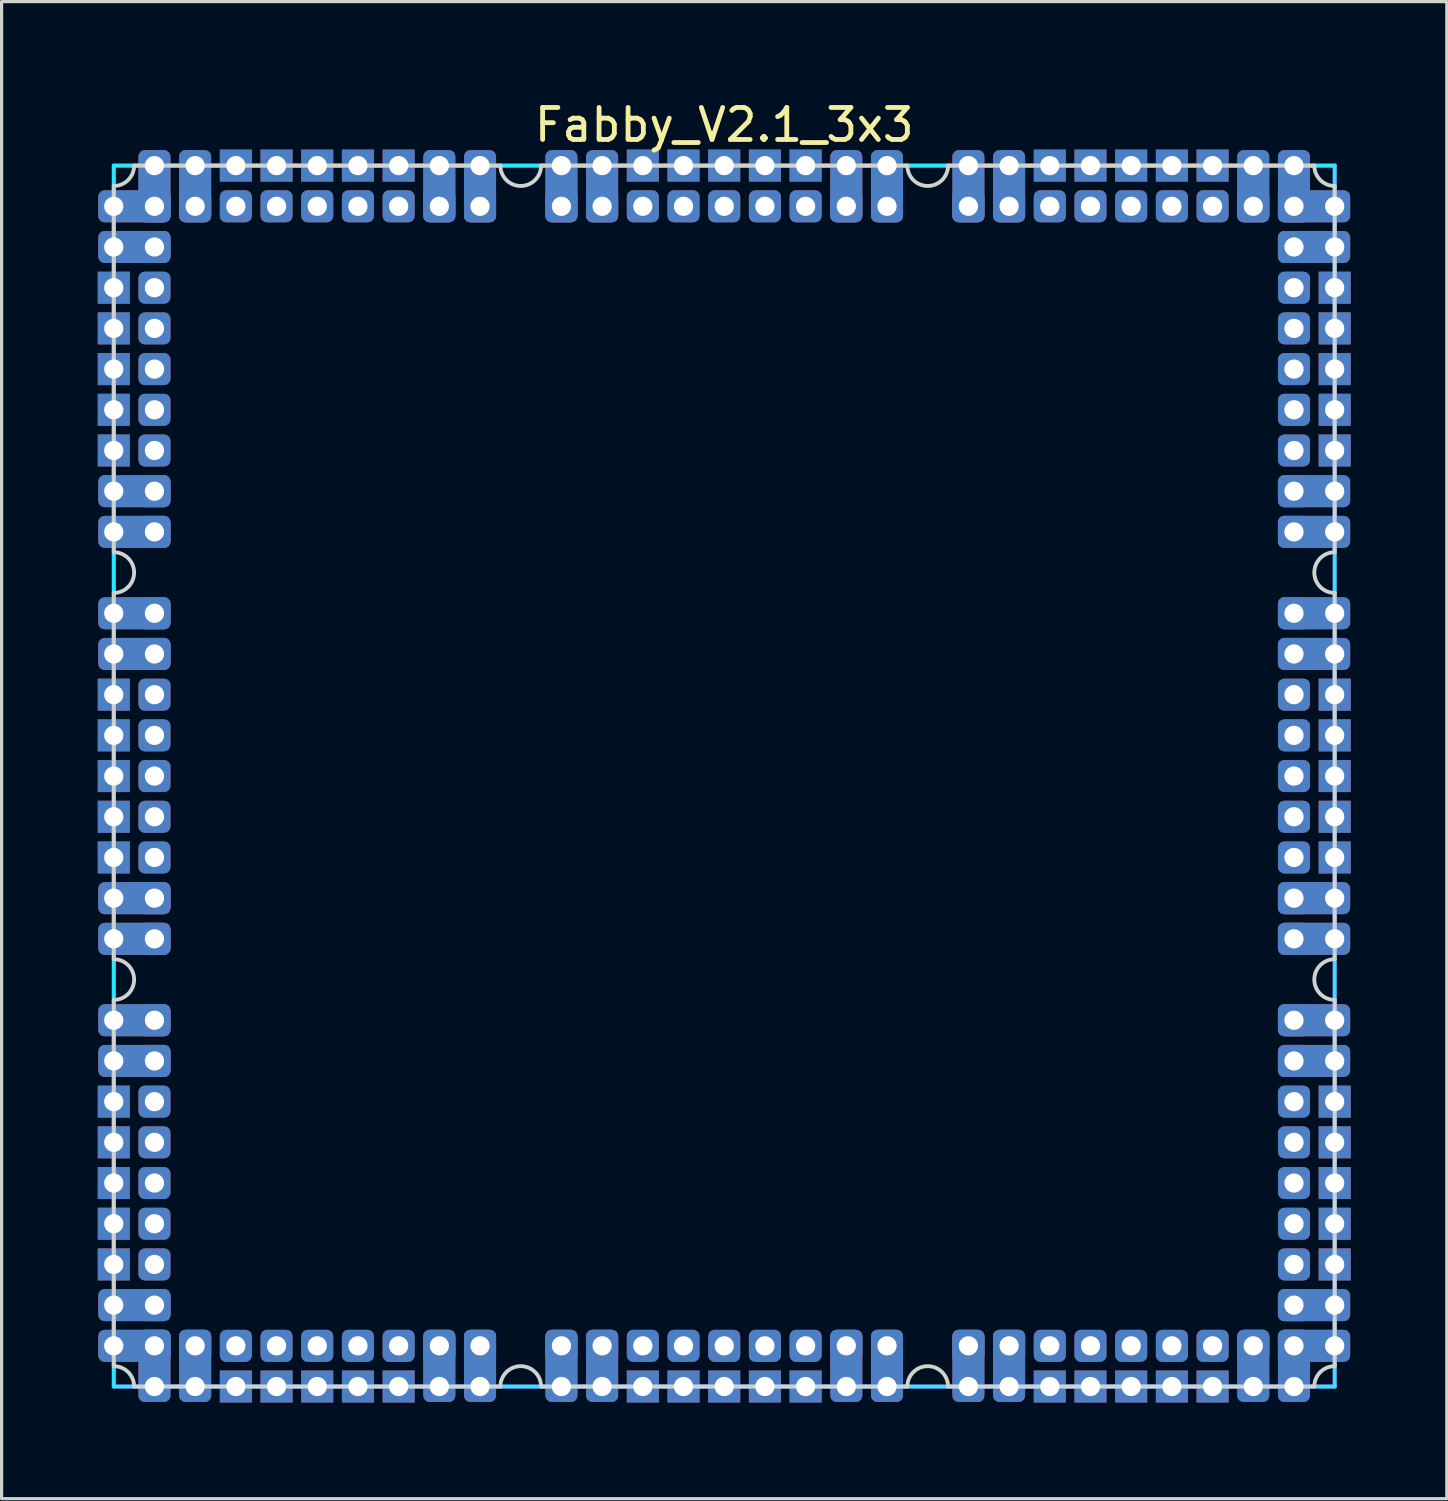
<source format=kicad_pcb>
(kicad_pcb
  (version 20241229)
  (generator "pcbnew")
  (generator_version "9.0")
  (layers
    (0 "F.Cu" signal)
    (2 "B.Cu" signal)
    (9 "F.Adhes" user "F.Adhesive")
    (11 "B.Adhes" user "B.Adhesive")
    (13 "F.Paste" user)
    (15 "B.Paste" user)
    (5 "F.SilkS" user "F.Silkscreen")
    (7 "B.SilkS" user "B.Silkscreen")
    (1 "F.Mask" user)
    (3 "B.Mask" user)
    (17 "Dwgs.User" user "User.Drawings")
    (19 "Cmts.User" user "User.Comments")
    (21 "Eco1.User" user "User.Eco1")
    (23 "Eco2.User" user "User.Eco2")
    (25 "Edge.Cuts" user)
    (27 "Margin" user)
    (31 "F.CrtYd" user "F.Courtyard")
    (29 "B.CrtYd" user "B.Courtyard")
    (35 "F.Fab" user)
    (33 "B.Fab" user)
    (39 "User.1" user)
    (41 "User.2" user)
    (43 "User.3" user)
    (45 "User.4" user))
  (footprint "Fabby_V2.1_3x3"
    (layer "F.Cu")
    (at 19.55 21.168)
    (property "Reference" "Fabby_V2.1_3x3" (at 0 -20.32 0) (layer "F.SilkS") (effects (font (size 1 1) (thickness 0.15))))
    (attr through_hole)
    (fp_line (start -19.05 -18.415) (end -19.05 -6.985) (stroke (width 0.12) (type solid)) (layer "Edge.Cuts"))
    (fp_line (start -19.05 -5.715) (end -19.05 5.715) (stroke (width 0.12) (type solid)) (layer "Edge.Cuts"))
    (fp_line (start -19.05 6.985) (end -19.05 18.415) (stroke (width 0.12) (type solid)) (layer "Edge.Cuts"))
    (fp_line (start -18.415 -19.05) (end -6.985 -19.05) (stroke (width 0.12) (type solid)) (layer "Edge.Cuts"))
    (fp_line (start -6.985 19.05) (end -18.415 19.05) (stroke (width 0.12) (type solid)) (layer "Edge.Cuts"))
    (fp_line (start -5.715 -19.05) (end 5.715 -19.05) (stroke (width 0.12) (type solid)) (layer "Edge.Cuts"))
    (fp_line (start 5.715 19.05) (end -5.715 19.05) (stroke (width 0.12) (type solid)) (layer "Edge.Cuts"))
    (fp_line (start 6.985 -19.05) (end 18.415 -19.05) (stroke (width 0.12) (type solid)) (layer "Edge.Cuts"))
    (fp_line (start 18.415 19.05) (end 6.985 19.05) (stroke (width 0.12) (type solid)) (layer "Edge.Cuts"))
    (fp_line (start 19.05 -18.415) (end 19.05 -6.985) (stroke (width 0.12) (type solid)) (layer "Edge.Cuts"))
    (fp_line (start 19.05 -5.715) (end 19.05 5.715) (stroke (width 0.12) (type solid)) (layer "Edge.Cuts"))
    (fp_line (start 19.05 6.985) (end 19.05 18.415) (stroke (width 0.12) (type solid)) (layer "Edge.Cuts"))
    (fp_arc (start -19.05 -6.985) (mid -18.415 -6.35) (end -19.05 -5.715) (stroke (width 0.12) (type solid)) (layer "Edge.Cuts"))
    (fp_arc (start -19.05 5.715) (mid -18.415 6.35) (end -19.05 6.985) (stroke (width 0.12) (type solid)) (layer "Edge.Cuts"))
    (fp_arc (start -19.05 18.415) (mid -18.600987 18.600987) (end -18.415 19.05) (stroke (width 0.12) (type solid)) (layer "Edge.Cuts"))
    (fp_arc (start -18.415 -19.05) (mid -18.600987 -18.600987) (end -19.05 -18.415) (stroke (width 0.12) (type solid)) (layer "Edge.Cuts"))
    (fp_arc (start -6.985 19.05) (mid -6.35 18.415) (end -5.715 19.05) (stroke (width 0.12) (type solid)) (layer "Edge.Cuts"))
    (fp_arc (start -5.715 -19.05) (mid -6.35 -18.415) (end -6.985 -19.05) (stroke (width 0.12) (type solid)) (layer "Edge.Cuts"))
    (fp_arc (start 5.715 19.05) (mid 6.35 18.415) (end 6.985 19.05) (stroke (width 0.12) (type solid)) (layer "Edge.Cuts"))
    (fp_arc (start 6.985 -19.05) (mid 6.35 -18.415) (end 5.715 -19.05) (stroke (width 0.12) (type solid)) (layer "Edge.Cuts"))
    (fp_arc (start 18.415 19.05) (mid 18.600987 18.600987) (end 19.05 18.415) (stroke (width 0.12) (type solid)) (layer "Edge.Cuts"))
    (fp_arc (start 19.05 -18.415) (mid 18.600987 -18.600987) (end 18.415 -19.05) (stroke (width 0.12) (type solid)) (layer "Edge.Cuts"))
    (fp_arc (start 19.05 -5.715) (mid 18.415 -6.35) (end 19.05 -6.985) (stroke (width 0.12) (type solid)) (layer "Edge.Cuts"))
    (fp_arc (start 19.05 6.985) (mid 18.415 6.35) (end 19.05 5.715) (stroke (width 0.12) (type solid)) (layer "Edge.Cuts"))
    (fp_line (start -19.05 -19.05) (end 19.05 -19.05) (stroke (width 0.12) (type solid)) (layer "B.CrtYd"))
    (fp_line (start -19.05 19.05) (end -19.05 -19.05) (stroke (width 0.12) (type solid)) (layer "B.CrtYd"))
    (fp_line (start 19.05 -19.05) (end 19.05 19.05) (stroke (width 0.12) (type solid)) (layer "B.CrtYd"))
    (fp_line (start 19.05 19.05) (end -19.05 19.05) (stroke (width 0.12) (type solid)) (layer "B.CrtYd"))
    (fp_line (start -19.05 -19.05) (end 19.05 -19.05) (stroke (width 0.12) (type solid)) (layer "F.CrtYd"))
    (fp_line (start -19.05 19.05) (end -19.05 -19.05) (stroke (width 0.12) (type solid)) (layer "F.CrtYd"))
    (fp_line (start 19.05 -19.05) (end 19.05 19.05) (stroke (width 0.12) (type solid)) (layer "F.CrtYd"))
    (fp_line (start 19.05 19.05) (end -19.05 19.05) (stroke (width 0.12) (type solid)) (layer "F.CrtYd"))
    (pad "" thru_hole rect (at -19.05 -15.24 270) (size 1 1) (drill 0.6) (layers "*.Cu" "*.Mask"))
    (pad "" thru_hole rect (at -19.05 -13.97 270) (size 1 1) (drill 0.6) (layers "*.Cu" "*.Mask"))
    (pad "" thru_hole rect (at -19.05 -12.7 270) (size 1 1) (drill 0.6) (layers "*.Cu" "*.Mask"))
    (pad "" thru_hole rect (at -19.05 -11.43 270) (size 1 1) (drill 0.6) (layers "*.Cu" "*.Mask"))
    (pad "" thru_hole rect (at -19.05 -10.16 270) (size 1 1) (drill 0.6) (layers "*.Cu" "*.Mask"))
    (pad "" thru_hole rect (at -19.05 -2.54 270) (size 1 1) (drill 0.6) (layers "*.Cu" "*.Mask"))
    (pad "" thru_hole rect (at -19.05 -1.27 270) (size 1 1) (drill 0.6) (layers "*.Cu" "*.Mask"))
    (pad "" thru_hole rect (at -19.05 0 270) (size 1 1) (drill 0.6) (layers "*.Cu" "*.Mask"))
    (pad "" thru_hole rect (at -19.05 1.27 270) (size 1 1) (drill 0.6) (layers "*.Cu" "*.Mask"))
    (pad "" thru_hole rect (at -19.05 2.54 270) (size 1 1) (drill 0.6) (layers "*.Cu" "*.Mask"))
    (pad "" thru_hole rect (at -19.05 10.16 270) (size 1 1) (drill 0.6) (layers "*.Cu" "*.Mask"))
    (pad "" thru_hole rect (at -19.05 11.43 270) (size 1 1) (drill 0.6) (layers "*.Cu" "*.Mask"))
    (pad "" thru_hole rect (at -19.05 12.7 270) (size 1 1) (drill 0.6) (layers "*.Cu" "*.Mask"))
    (pad "" thru_hole rect (at -19.05 13.97 270) (size 1 1) (drill 0.6) (layers "*.Cu" "*.Mask"))
    (pad "" thru_hole rect (at -19.05 15.24 270) (size 1 1) (drill 0.6) (layers "*.Cu" "*.Mask"))
    (pad "" thru_hole rect (at -15.24 -19.05) (size 1 1) (drill 0.6) (layers "*.Cu" "*.Mask"))
    (pad "" thru_hole rect (at -15.24 19.05) (size 1 1) (drill 0.6) (layers "*.Cu" "*.Mask"))
    (pad "" thru_hole rect (at -13.97 -19.05) (size 1 1) (drill 0.6) (layers "*.Cu" "*.Mask"))
    (pad "" thru_hole rect (at -13.97 19.05) (size 1 1) (drill 0.6) (layers "*.Cu" "*.Mask"))
    (pad "" thru_hole rect (at -12.7 -19.05) (size 1 1) (drill 0.6) (layers "*.Cu" "*.Mask"))
    (pad "" thru_hole rect (at -12.7 19.05) (size 1 1) (drill 0.6) (layers "*.Cu" "*.Mask"))
    (pad "" thru_hole rect (at -11.43 -19.05) (size 1 1) (drill 0.6) (layers "*.Cu" "*.Mask"))
    (pad "" thru_hole rect (at -11.43 19.05) (size 1 1) (drill 0.6) (layers "*.Cu" "*.Mask"))
    (pad "" thru_hole rect (at -10.16 -19.05) (size 1 1) (drill 0.6) (layers "*.Cu" "*.Mask"))
    (pad "" thru_hole rect (at -10.16 19.05) (size 1 1) (drill 0.6) (layers "*.Cu" "*.Mask"))
    (pad "" thru_hole rect (at -2.54 -19.05) (size 1 1) (drill 0.6) (layers "*.Cu" "*.Mask"))
    (pad "" thru_hole rect (at -2.54 19.05) (size 1 1) (drill 0.6) (layers "*.Cu" "*.Mask"))
    (pad "" thru_hole rect (at -1.27 -19.05) (size 1 1) (drill 0.6) (layers "*.Cu" "*.Mask"))
    (pad "" thru_hole rect (at -1.27 19.05) (size 1 1) (drill 0.6) (layers "*.Cu" "*.Mask"))
    (pad "" thru_hole rect (at 0 -19.05) (size 1 1) (drill 0.6) (layers "*.Cu" "*.Mask"))
    (pad "" thru_hole rect (at 0 19.05) (size 1 1) (drill 0.6) (layers "*.Cu" "*.Mask"))
    (pad "" thru_hole rect (at 1.27 -19.05) (size 1 1) (drill 0.6) (layers "*.Cu" "*.Mask"))
    (pad "" thru_hole rect (at 1.27 19.05) (size 1 1) (drill 0.6) (layers "*.Cu" "*.Mask"))
    (pad "" thru_hole rect (at 2.54 -19.05) (size 1 1) (drill 0.6) (layers "*.Cu" "*.Mask"))
    (pad "" thru_hole rect (at 2.54 19.05) (size 1 1) (drill 0.6) (layers "*.Cu" "*.Mask"))
    (pad "" thru_hole rect (at 10.16 -19.05) (size 1 1) (drill 0.6) (layers "*.Cu" "*.Mask"))
    (pad "" thru_hole rect (at 10.16 19.05) (size 1 1) (drill 0.6) (layers "*.Cu" "*.Mask"))
    (pad "" thru_hole rect (at 11.43 -19.05) (size 1 1) (drill 0.6) (layers "*.Cu" "*.Mask"))
    (pad "" thru_hole rect (at 11.43 19.05) (size 1 1) (drill 0.6) (layers "*.Cu" "*.Mask"))
    (pad "" thru_hole rect (at 12.7 -19.05) (size 1 1) (drill 0.6) (layers "*.Cu" "*.Mask"))
    (pad "" thru_hole rect (at 12.7 19.05) (size 1 1) (drill 0.6) (layers "*.Cu" "*.Mask"))
    (pad "" thru_hole rect (at 13.97 -19.05) (size 1 1) (drill 0.6) (layers "*.Cu" "*.Mask"))
    (pad "" thru_hole rect (at 13.97 19.05) (size 1 1) (drill 0.6) (layers "*.Cu" "*.Mask"))
    (pad "" thru_hole rect (at 15.24 -19.05) (size 1 1) (drill 0.6) (layers "*.Cu" "*.Mask"))
    (pad "" thru_hole rect (at 15.24 19.05) (size 1 1) (drill 0.6) (layers "*.Cu" "*.Mask"))
    (pad "" thru_hole rect (at 19.05 -15.24 90) (size 1 1) (drill 0.6) (layers "*.Cu" "*.Mask"))
    (pad "" thru_hole rect (at 19.05 -13.97 90) (size 1 1) (drill 0.6) (layers "*.Cu" "*.Mask"))
    (pad "" thru_hole rect (at 19.05 -12.7 90) (size 1 1) (drill 0.6) (layers "*.Cu" "*.Mask"))
    (pad "" thru_hole rect (at 19.05 -11.43 90) (size 1 1) (drill 0.6) (layers "*.Cu" "*.Mask"))
    (pad "" thru_hole rect (at 19.05 -10.16 90) (size 1 1) (drill 0.6) (layers "*.Cu" "*.Mask"))
    (pad "" thru_hole rect (at 19.05 -2.54 90) (size 1 1) (drill 0.6) (layers "*.Cu" "*.Mask"))
    (pad "" thru_hole rect (at 19.05 -1.27 90) (size 1 1) (drill 0.6) (layers "*.Cu" "*.Mask"))
    (pad "" thru_hole rect (at 19.05 0 90) (size 1 1) (drill 0.6) (layers "*.Cu" "*.Mask"))
    (pad "" thru_hole rect (at 19.05 1.27 90) (size 1 1) (drill 0.6) (layers "*.Cu" "*.Mask"))
    (pad "" thru_hole rect (at 19.05 2.54 90) (size 1 1) (drill 0.6) (layers "*.Cu" "*.Mask"))
    (pad "" thru_hole rect (at 19.05 10.16 90) (size 1 1) (drill 0.6) (layers "*.Cu" "*.Mask"))
    (pad "" thru_hole rect (at 19.05 11.43 90) (size 1 1) (drill 0.6) (layers "*.Cu" "*.Mask"))
    (pad "" thru_hole rect (at 19.05 12.7 90) (size 1 1) (drill 0.6) (layers "*.Cu" "*.Mask"))
    (pad "" thru_hole rect (at 19.05 13.97 90) (size 1 1) (drill 0.6) (layers "*.Cu" "*.Mask"))
    (pad "" thru_hole rect (at 19.05 15.24 90) (size 1 1) (drill 0.6) (layers "*.Cu" "*.Mask"))
    (pad "1" thru_hole roundrect (at -19.05 -17.78 270) (size 1 2.254) (drill 0.6 (offset 0 -0.643)) (layers "*.Cu" "*.Mask") (roundrect_rratio 0.2))
    (pad "1" thru_hole roundrect (at -17.78 -19.05 180) (size 1 2.254) (drill 0.6 (offset 0 -0.643)) (layers "*.Cu" "*.Mask") (roundrect_rratio 0.2))
    (pad "1" thru_hole roundrect (at -17.78 -17.78 180) (size 1 1) (drill 0.6) (layers "*.Cu" "*.Mask") (roundrect_rratio 0.2))
    (pad "2" thru_hole roundrect (at -19.05 -16.51 270) (size 1 2.254) (drill 0.6 (offset 0 -0.643)) (layers "*.Cu" "*.Mask") (roundrect_rratio 0.2))
    (pad "2" thru_hole roundrect (at -17.78 -16.51 270) (size 1 1) (drill 0.6) (layers "*.Cu" "*.Mask") (roundrect_rratio 0.2))
    (pad "3" thru_hole roundrect (at -17.78 -15.24 270) (size 1 1) (drill 0.6) (layers "*.Cu" "*.Mask") (roundrect_rratio 0.2))
    (pad "4" thru_hole roundrect (at -17.78 -13.97 270) (size 1 1) (drill 0.6) (layers "*.Cu" "*.Mask") (roundrect_rratio 0.2))
    (pad "5" thru_hole roundrect (at -17.78 -12.7 270) (size 1 1) (drill 0.6) (layers "*.Cu" "*.Mask") (roundrect_rratio 0.2))
    (pad "6" thru_hole roundrect (at -17.78 -11.43 270) (size 1 1) (drill 0.6) (layers "*.Cu" "*.Mask") (roundrect_rratio 0.2))
    (pad "7" thru_hole roundrect (at -17.78 -10.16 270) (size 1 1) (drill 0.6) (layers "*.Cu" "*.Mask") (roundrect_rratio 0.2))
    (pad "8" thru_hole roundrect (at -19.05 -8.89 270) (size 1 2.254) (drill 0.6 (offset 0 -0.643)) (layers "*.Cu" "*.Mask") (roundrect_rratio 0.2))
    (pad "8" thru_hole roundrect (at -17.78 -8.89 270) (size 1 1) (drill 0.6) (layers "*.Cu" "*.Mask") (roundrect_rratio 0.2))
    (pad "9" thru_hole roundrect (at -19.05 -7.62 270) (size 1 2.254) (drill 0.6 (offset 0 -0.643)) (layers "*.Cu" "*.Mask") (roundrect_rratio 0.2))
    (pad "9" thru_hole roundrect (at -17.78 -7.62 270) (size 1 1) (drill 0.6) (layers "*.Cu" "*.Mask") (roundrect_rratio 0.2))
    (pad "10" thru_hole roundrect (at -19.05 -5.08 270) (size 1 2.254) (drill 0.6 (offset 0 -0.643)) (layers "*.Cu" "*.Mask") (roundrect_rratio 0.2))
    (pad "10" thru_hole roundrect (at -17.78 -5.08 270) (size 1 1) (drill 0.6) (layers "*.Cu" "*.Mask") (roundrect_rratio 0.2))
    (pad "11" thru_hole roundrect (at -19.05 -3.81 270) (size 1 2.254) (drill 0.6 (offset 0 -0.643)) (layers "*.Cu" "*.Mask") (roundrect_rratio 0.2))
    (pad "11" thru_hole roundrect (at -17.78 -3.81 270) (size 1 1) (drill 0.6) (layers "*.Cu" "*.Mask") (roundrect_rratio 0.2))
    (pad "12" thru_hole roundrect (at -17.78 -2.54 270) (size 1 1) (drill 0.6) (layers "*.Cu" "*.Mask") (roundrect_rratio 0.2))
    (pad "13" thru_hole roundrect (at -17.78 -1.27 270) (size 1 1) (drill 0.6) (layers "*.Cu" "*.Mask") (roundrect_rratio 0.2))
    (pad "14" thru_hole roundrect (at -17.78 0 270) (size 1 1) (drill 0.6) (layers "*.Cu" "*.Mask") (roundrect_rratio 0.2))
    (pad "15" thru_hole roundrect (at -17.78 1.27 270) (size 1 1) (drill 0.6) (layers "*.Cu" "*.Mask") (roundrect_rratio 0.2))
    (pad "16" thru_hole roundrect (at -17.78 2.54 270) (size 1 1) (drill 0.6) (layers "*.Cu" "*.Mask") (roundrect_rratio 0.2))
    (pad "17" thru_hole roundrect (at -19.05 3.81 270) (size 1 2.254) (drill 0.6 (offset 0 -0.643)) (layers "*.Cu" "*.Mask") (roundrect_rratio 0.2))
    (pad "17" thru_hole roundrect (at -17.78 3.81 270) (size 1 1) (drill 0.6) (layers "*.Cu" "*.Mask") (roundrect_rratio 0.2))
    (pad "18" thru_hole roundrect (at -19.05 5.08 270) (size 1 2.254) (drill 0.6 (offset 0 -0.643)) (layers "*.Cu" "*.Mask") (roundrect_rratio 0.2))
    (pad "18" thru_hole roundrect (at -17.78 5.08 270) (size 1 1) (drill 0.6) (layers "*.Cu" "*.Mask") (roundrect_rratio 0.2))
    (pad "19" thru_hole roundrect (at -19.05 7.62 270) (size 1 2.254) (drill 0.6 (offset 0 -0.643)) (layers "*.Cu" "*.Mask") (roundrect_rratio 0.2))
    (pad "19" thru_hole roundrect (at -17.78 7.62 270) (size 1 1) (drill 0.6) (layers "*.Cu" "*.Mask") (roundrect_rratio 0.2))
    (pad "20" thru_hole roundrect (at -19.05 8.89 270) (size 1 2.254) (drill 0.6 (offset 0 -0.643)) (layers "*.Cu" "*.Mask") (roundrect_rratio 0.2))
    (pad "20" thru_hole roundrect (at -17.78 8.89 270) (size 1 1) (drill 0.6) (layers "*.Cu" "*.Mask") (roundrect_rratio 0.2))
    (pad "21" thru_hole roundrect (at -17.78 10.16 270) (size 1 1) (drill 0.6) (layers "*.Cu" "*.Mask") (roundrect_rratio 0.2))
    (pad "22" thru_hole roundrect (at -17.78 11.43 270) (size 1 1) (drill 0.6) (layers "*.Cu" "*.Mask") (roundrect_rratio 0.2))
    (pad "23" thru_hole roundrect (at -17.78 12.7 270) (size 1 1) (drill 0.6) (layers "*.Cu" "*.Mask") (roundrect_rratio 0.2))
    (pad "24" thru_hole roundrect (at -17.78 13.97 270) (size 1 1) (drill 0.6) (layers "*.Cu" "*.Mask") (roundrect_rratio 0.2))
    (pad "25" thru_hole roundrect (at -17.78 15.24 270) (size 1 1) (drill 0.6) (layers "*.Cu" "*.Mask") (roundrect_rratio 0.2))
    (pad "26" thru_hole roundrect (at -19.05 16.51 270) (size 1 2.254) (drill 0.6 (offset 0 -0.643)) (layers "*.Cu" "*.Mask") (roundrect_rratio 0.2))
    (pad "26" thru_hole roundrect (at -17.78 16.51 270) (size 1 1) (drill 0.6) (layers "*.Cu" "*.Mask") (roundrect_rratio 0.2))
    (pad "27" thru_hole roundrect (at -19.05 17.78 270) (size 1 2.254) (drill 0.6 (offset 0 -0.643)) (layers "*.Cu" "*.Mask") (roundrect_rratio 0.2))
    (pad "27" thru_hole roundrect (at -17.78 17.78 270) (size 1 1) (drill 0.6) (layers "*.Cu" "*.Mask") (roundrect_rratio 0.2))
    (pad "27" thru_hole roundrect (at -17.78 19.05) (size 1 2.254) (drill 0.6 (offset 0 -0.643)) (layers "*.Cu" "*.Mask") (roundrect_rratio 0.2))
    (pad "28" thru_hole roundrect (at -16.51 17.78 270) (size 1 1) (drill 0.6) (layers "*.Cu" "*.Mask") (roundrect_rratio 0.2))
    (pad "28" thru_hole roundrect (at -16.51 19.05) (size 1 2.254) (drill 0.6 (offset 0 -0.643)) (layers "*.Cu" "*.Mask") (roundrect_rratio 0.2))
    (pad "29" thru_hole roundrect (at -15.24 17.78 270) (size 1 1) (drill 0.6) (layers "*.Cu" "*.Mask") (roundrect_rratio 0.2))
    (pad "30" thru_hole roundrect (at -13.97 17.78 270) (size 1 1) (drill 0.6) (layers "*.Cu" "*.Mask") (roundrect_rratio 0.2))
    (pad "31" thru_hole roundrect (at -12.7 17.78 270) (size 1 1) (drill 0.6) (layers "*.Cu" "*.Mask") (roundrect_rratio 0.2))
    (pad "32" thru_hole roundrect (at -11.43 17.78 270) (size 1 1) (drill 0.6) (layers "*.Cu" "*.Mask") (roundrect_rratio 0.2))
    (pad "33" thru_hole roundrect (at -10.16 17.78 270) (size 1 1) (drill 0.6) (layers "*.Cu" "*.Mask") (roundrect_rratio 0.2))
    (pad "34" thru_hole roundrect (at -8.89 17.78 270) (size 1 1) (drill 0.6) (layers "*.Cu" "*.Mask") (roundrect_rratio 0.2))
    (pad "34" thru_hole roundrect (at -8.89 19.05) (size 1 2.254) (drill 0.6 (offset 0 -0.643)) (layers "*.Cu" "*.Mask") (roundrect_rratio 0.2))
    (pad "35" thru_hole roundrect (at -7.62 17.78 270) (size 1 1) (drill 0.6) (layers "*.Cu" "*.Mask") (roundrect_rratio 0.2))
    (pad "35" thru_hole roundrect (at -7.62 19.05) (size 1 2.254) (drill 0.6 (offset 0 -0.643)) (layers "*.Cu" "*.Mask") (roundrect_rratio 0.2))
    (pad "36" thru_hole roundrect (at -5.08 17.78 270) (size 1 1) (drill 0.6) (layers "*.Cu" "*.Mask") (roundrect_rratio 0.2))
    (pad "36" thru_hole roundrect (at -5.08 19.05) (size 1 2.254) (drill 0.6 (offset 0 -0.643)) (layers "*.Cu" "*.Mask") (roundrect_rratio 0.2))
    (pad "37" thru_hole roundrect (at -3.81 17.78 270) (size 1 1) (drill 0.6) (layers "*.Cu" "*.Mask") (roundrect_rratio 0.2))
    (pad "37" thru_hole roundrect (at -3.81 19.05) (size 1 2.254) (drill 0.6 (offset 0 -0.643)) (layers "*.Cu" "*.Mask") (roundrect_rratio 0.2))
    (pad "38" thru_hole roundrect (at -2.54 17.78 270) (size 1 1) (drill 0.6) (layers "*.Cu" "*.Mask") (roundrect_rratio 0.2))
    (pad "39" thru_hole roundrect (at -1.27 17.78 270) (size 1 1) (drill 0.6) (layers "*.Cu" "*.Mask") (roundrect_rratio 0.2))
    (pad "40" thru_hole roundrect (at 0 17.78 270) (size 1 1) (drill 0.6) (layers "*.Cu" "*.Mask") (roundrect_rratio 0.2))
    (pad "41" thru_hole roundrect (at 1.27 17.78 270) (size 1 1) (drill 0.6) (layers "*.Cu" "*.Mask") (roundrect_rratio 0.2))
    (pad "42" thru_hole roundrect (at 2.54 17.78 270) (size 1 1) (drill 0.6) (layers "*.Cu" "*.Mask") (roundrect_rratio 0.2))
    (pad "43" thru_hole roundrect (at 3.81 17.78 270) (size 1 1) (drill 0.6) (layers "*.Cu" "*.Mask") (roundrect_rratio 0.2))
    (pad "43" thru_hole roundrect (at 3.81 19.05) (size 1 2.254) (drill 0.6 (offset 0 -0.643)) (layers "*.Cu" "*.Mask") (roundrect_rratio 0.2))
    (pad "44" thru_hole roundrect (at 5.08 17.78 270) (size 1 1) (drill 0.6) (layers "*.Cu" "*.Mask") (roundrect_rratio 0.2))
    (pad "44" thru_hole roundrect (at 5.08 19.05) (size 1 2.254) (drill 0.6 (offset 0 -0.643)) (layers "*.Cu" "*.Mask") (roundrect_rratio 0.2))
    (pad "45" thru_hole roundrect (at 7.62 17.78 270) (size 1 1) (drill 0.6) (layers "*.Cu" "*.Mask") (roundrect_rratio 0.2))
    (pad "45" thru_hole roundrect (at 7.62 19.05) (size 1 2.254) (drill 0.6 (offset 0 -0.643)) (layers "*.Cu" "*.Mask") (roundrect_rratio 0.2))
    (pad "46" thru_hole roundrect (at 8.89 17.78 270) (size 1 1) (drill 0.6) (layers "*.Cu" "*.Mask") (roundrect_rratio 0.2))
    (pad "46" thru_hole roundrect (at 8.89 19.05) (size 1 2.254) (drill 0.6 (offset 0 -0.643)) (layers "*.Cu" "*.Mask") (roundrect_rratio 0.2))
    (pad "47" thru_hole roundrect (at 10.16 17.78 270) (size 1 1) (drill 0.6) (layers "*.Cu" "*.Mask") (roundrect_rratio 0.2))
    (pad "48" thru_hole roundrect (at 11.43 17.78 270) (size 1 1) (drill 0.6) (layers "*.Cu" "*.Mask") (roundrect_rratio 0.2))
    (pad "49" thru_hole roundrect (at 12.7 17.78 270) (size 1 1) (drill 0.6) (layers "*.Cu" "*.Mask") (roundrect_rratio 0.2))
    (pad "50" thru_hole roundrect (at 13.97 17.78 270) (size 1 1) (drill 0.6) (layers "*.Cu" "*.Mask") (roundrect_rratio 0.2))
    (pad "51" thru_hole roundrect (at 15.24 17.78 270) (size 1 1) (drill 0.6) (layers "*.Cu" "*.Mask") (roundrect_rratio 0.2))
    (pad "52" thru_hole roundrect (at 16.51 17.78 270) (size 1 1) (drill 0.6) (layers "*.Cu" "*.Mask") (roundrect_rratio 0.2))
    (pad "52" thru_hole roundrect (at 16.51 19.05) (size 1 2.254) (drill 0.6 (offset 0 -0.643)) (layers "*.Cu" "*.Mask") (roundrect_rratio 0.2))
    (pad "53" thru_hole roundrect (at 17.78 17.78 270) (size 1 1) (drill 0.6) (layers "*.Cu" "*.Mask") (roundrect_rratio 0.2))
    (pad "53" thru_hole roundrect (at 17.78 19.05) (size 1 2.254) (drill 0.6 (offset 0 -0.643)) (layers "*.Cu" "*.Mask") (roundrect_rratio 0.2))
    (pad "53" thru_hole roundrect (at 19.05 17.78 90) (size 1 2.254) (drill 0.6 (offset 0 -0.643)) (layers "*.Cu" "*.Mask") (roundrect_rratio 0.2))
    (pad "54" thru_hole roundrect (at 17.78 16.51 270) (size 1 1) (drill 0.6) (layers "*.Cu" "*.Mask") (roundrect_rratio 0.2))
    (pad "54" thru_hole roundrect (at 19.05 16.51 90) (size 1 2.254) (drill 0.6 (offset 0 -0.643)) (layers "*.Cu" "*.Mask") (roundrect_rratio 0.2))
    (pad "55" thru_hole roundrect (at 17.78 15.24 270) (size 1 1) (drill 0.6) (layers "*.Cu" "*.Mask") (roundrect_rratio 0.2))
    (pad "56" thru_hole roundrect (at 17.78 13.97 270) (size 1 1) (drill 0.6) (layers "*.Cu" "*.Mask") (roundrect_rratio 0.2))
    (pad "57" thru_hole roundrect (at 17.78 12.7 270) (size 1 1) (drill 0.6) (layers "*.Cu" "*.Mask") (roundrect_rratio 0.2))
    (pad "58" thru_hole roundrect (at 17.78 11.43 270) (size 1 1) (drill 0.6) (layers "*.Cu" "*.Mask") (roundrect_rratio 0.2))
    (pad "59" thru_hole roundrect (at 17.78 10.16 270) (size 1 1) (drill 0.6) (layers "*.Cu" "*.Mask") (roundrect_rratio 0.2))
    (pad "60" thru_hole roundrect (at 17.78 8.89 270) (size 1 1) (drill 0.6) (layers "*.Cu" "*.Mask") (roundrect_rratio 0.2))
    (pad "60" thru_hole roundrect (at 19.05 8.89 90) (size 1 2.254) (drill 0.6 (offset 0 -0.643)) (layers "*.Cu" "*.Mask") (roundrect_rratio 0.2))
    (pad "61" thru_hole roundrect (at 17.78 7.62 270) (size 1 1) (drill 0.6) (layers "*.Cu" "*.Mask") (roundrect_rratio 0.2))
    (pad "61" thru_hole roundrect (at 19.05 7.62 90) (size 1 2.254) (drill 0.6 (offset 0 -0.643)) (layers "*.Cu" "*.Mask") (roundrect_rratio 0.2))
    (pad "62" thru_hole roundrect (at 17.78 5.08 270) (size 1 1) (drill 0.6) (layers "*.Cu" "*.Mask") (roundrect_rratio 0.2))
    (pad "62" thru_hole roundrect (at 19.05 5.08 90) (size 1 2.254) (drill 0.6 (offset 0 -0.643)) (layers "*.Cu" "*.Mask") (roundrect_rratio 0.2))
    (pad "63" thru_hole roundrect (at 17.78 3.81 270) (size 1 1) (drill 0.6) (layers "*.Cu" "*.Mask") (roundrect_rratio 0.2))
    (pad "63" thru_hole roundrect (at 19.05 3.81 90) (size 1 2.254) (drill 0.6 (offset 0 -0.643)) (layers "*.Cu" "*.Mask") (roundrect_rratio 0.2))
    (pad "64" thru_hole roundrect (at 17.78 2.54 270) (size 1 1) (drill 0.6) (layers "*.Cu" "*.Mask") (roundrect_rratio 0.2))
    (pad "65" thru_hole roundrect (at 17.78 1.27 270) (size 1 1) (drill 0.6) (layers "*.Cu" "*.Mask") (roundrect_rratio 0.2))
    (pad "66" thru_hole roundrect (at 17.78 0 270) (size 1 1) (drill 0.6) (layers "*.Cu" "*.Mask") (roundrect_rratio 0.2))
    (pad "67" thru_hole roundrect (at 17.78 -1.27 270) (size 1 1) (drill 0.6) (layers "*.Cu" "*.Mask") (roundrect_rratio 0.2))
    (pad "68" thru_hole roundrect (at 17.78 -2.54 270) (size 1 1) (drill 0.6) (layers "*.Cu" "*.Mask") (roundrect_rratio 0.2))
    (pad "69" thru_hole roundrect (at 17.78 -3.81 270) (size 1 1) (drill 0.6) (layers "*.Cu" "*.Mask") (roundrect_rratio 0.2))
    (pad "69" thru_hole roundrect (at 19.05 -3.81 90) (size 1 2.254) (drill 0.6 (offset 0 -0.643)) (layers "*.Cu" "*.Mask") (roundrect_rratio 0.2))
    (pad "70" thru_hole roundrect (at 17.78 -5.08 270) (size 1 1) (drill 0.6) (layers "*.Cu" "*.Mask") (roundrect_rratio 0.2))
    (pad "70" thru_hole roundrect (at 19.05 -5.08 90) (size 1 2.254) (drill 0.6 (offset 0 -0.643)) (layers "*.Cu" "*.Mask") (roundrect_rratio 0.2))
    (pad "71" thru_hole roundrect (at 17.78 -7.62 270) (size 1 1) (drill 0.6) (layers "*.Cu" "*.Mask") (roundrect_rratio 0.2))
    (pad "71" thru_hole roundrect (at 19.05 -7.62 90) (size 1 2.254) (drill 0.6 (offset 0 -0.643)) (layers "*.Cu" "*.Mask") (roundrect_rratio 0.2))
    (pad "72" thru_hole roundrect (at 17.78 -8.89 270) (size 1 1) (drill 0.6) (layers "*.Cu" "*.Mask") (roundrect_rratio 0.2))
    (pad "72" thru_hole roundrect (at 19.05 -8.89 90) (size 1 2.254) (drill 0.6 (offset 0 -0.643)) (layers "*.Cu" "*.Mask") (roundrect_rratio 0.2))
    (pad "73" thru_hole roundrect (at 17.78 -10.16 270) (size 1 1) (drill 0.6) (layers "*.Cu" "*.Mask") (roundrect_rratio 0.2))
    (pad "74" thru_hole roundrect (at 17.78 -11.43 270) (size 1 1) (drill 0.6) (layers "*.Cu" "*.Mask") (roundrect_rratio 0.2))
    (pad "75" thru_hole roundrect (at 17.78 -12.7 270) (size 1 1) (drill 0.6) (layers "*.Cu" "*.Mask") (roundrect_rratio 0.2))
    (pad "76" thru_hole roundrect (at 17.78 -13.97 270) (size 1 1) (drill 0.6) (layers "*.Cu" "*.Mask") (roundrect_rratio 0.2))
    (pad "77" thru_hole roundrect (at 17.78 -15.24 270) (size 1 1) (drill 0.6) (layers "*.Cu" "*.Mask") (roundrect_rratio 0.2))
    (pad "78" thru_hole roundrect (at 17.78 -16.51 270) (size 1 1) (drill 0.6) (layers "*.Cu" "*.Mask") (roundrect_rratio 0.2))
    (pad "78" thru_hole roundrect (at 19.05 -16.51 90) (size 1 2.254) (drill 0.6 (offset 0 -0.643)) (layers "*.Cu" "*.Mask") (roundrect_rratio 0.2))
    (pad "79" thru_hole roundrect (at 17.78 -19.05 180) (size 1 2.254) (drill 0.6 (offset 0 -0.643)) (layers "*.Cu" "*.Mask") (roundrect_rratio 0.2))
    (pad "79" thru_hole roundrect (at 17.78 -17.78 270) (size 1 1) (drill 0.6) (layers "*.Cu" "*.Mask") (roundrect_rratio 0.2))
    (pad "79" thru_hole roundrect (at 19.05 -17.78 90) (size 1 2.254) (drill 0.6 (offset 0 -0.643)) (layers "*.Cu" "*.Mask") (roundrect_rratio 0.2))
    (pad "80" thru_hole roundrect (at 16.51 -19.05 180) (size 1 2.254) (drill 0.6 (offset 0 -0.643)) (layers "*.Cu" "*.Mask") (roundrect_rratio 0.2))
    (pad "80" thru_hole roundrect (at 16.51 -17.78 270) (size 1 1) (drill 0.6) (layers "*.Cu" "*.Mask") (roundrect_rratio 0.2))
    (pad "81" thru_hole roundrect (at 15.24 -17.78 270) (size 1 1) (drill 0.6) (layers "*.Cu" "*.Mask") (roundrect_rratio 0.2))
    (pad "82" thru_hole roundrect (at 13.97 -17.78 270) (size 1 1) (drill 0.6) (layers "*.Cu" "*.Mask") (roundrect_rratio 0.2))
    (pad "83" thru_hole roundrect (at 12.7 -17.78 270) (size 1 1) (drill 0.6) (layers "*.Cu" "*.Mask") (roundrect_rratio 0.2))
    (pad "84" thru_hole roundrect (at 11.43 -17.78 270) (size 1 1) (drill 0.6) (layers "*.Cu" "*.Mask") (roundrect_rratio 0.2))
    (pad "85" thru_hole roundrect (at 10.16 -17.78 270) (size 1 1) (drill 0.6) (layers "*.Cu" "*.Mask") (roundrect_rratio 0.2))
    (pad "86" thru_hole roundrect (at 8.89 -19.05 180) (size 1 2.254) (drill 0.6 (offset 0 -0.643)) (layers "*.Cu" "*.Mask") (roundrect_rratio 0.2))
    (pad "86" thru_hole roundrect (at 8.89 -17.78 270) (size 1 1) (drill 0.6) (layers "*.Cu" "*.Mask") (roundrect_rratio 0.2))
    (pad "87" thru_hole roundrect (at 7.62 -19.05 180) (size 1 2.254) (drill 0.6 (offset 0 -0.643)) (layers "*.Cu" "*.Mask") (roundrect_rratio 0.2))
    (pad "87" thru_hole roundrect (at 7.62 -17.78 270) (size 1 1) (drill 0.6) (layers "*.Cu" "*.Mask") (roundrect_rratio 0.2))
    (pad "88" thru_hole roundrect (at 5.08 -19.05 180) (size 1 2.254) (drill 0.6 (offset 0 -0.643)) (layers "*.Cu" "*.Mask") (roundrect_rratio 0.2))
    (pad "88" thru_hole roundrect (at 5.08 -17.78 270) (size 1 1) (drill 0.6) (layers "*.Cu" "*.Mask") (roundrect_rratio 0.2))
    (pad "89" thru_hole roundrect (at 3.81 -19.05 180) (size 1 2.254) (drill 0.6 (offset 0 -0.643)) (layers "*.Cu" "*.Mask") (roundrect_rratio 0.2))
    (pad "89" thru_hole roundrect (at 3.81 -17.78 270) (size 1 1) (drill 0.6) (layers "*.Cu" "*.Mask") (roundrect_rratio 0.2))
    (pad "90" thru_hole roundrect (at 2.54 -17.78 270) (size 1 1) (drill 0.6) (layers "*.Cu" "*.Mask") (roundrect_rratio 0.2))
    (pad "91" thru_hole roundrect (at 1.27 -17.78 270) (size 1 1) (drill 0.6) (layers "*.Cu" "*.Mask") (roundrect_rratio 0.2))
    (pad "92" thru_hole roundrect (at 0 -17.78 270) (size 1 1) (drill 0.6) (layers "*.Cu" "*.Mask") (roundrect_rratio 0.2))
    (pad "93" thru_hole roundrect (at -1.27 -17.78 270) (size 1 1) (drill 0.6) (layers "*.Cu" "*.Mask") (roundrect_rratio 0.2))
    (pad "94" thru_hole roundrect (at -2.54 -17.78 270) (size 1 1) (drill 0.6) (layers "*.Cu" "*.Mask") (roundrect_rratio 0.2))
    (pad "95" thru_hole roundrect (at -3.81 -19.05 180) (size 1 2.254) (drill 0.6 (offset 0 -0.643)) (layers "*.Cu" "*.Mask") (roundrect_rratio 0.2))
    (pad "95" thru_hole roundrect (at -3.81 -17.78 270) (size 1 1) (drill 0.6) (layers "*.Cu" "*.Mask") (roundrect_rratio 0.2))
    (pad "96" thru_hole roundrect (at -5.08 -19.05 180) (size 1 2.254) (drill 0.6 (offset 0 -0.643)) (layers "*.Cu" "*.Mask") (roundrect_rratio 0.2))
    (pad "96" thru_hole roundrect (at -5.08 -17.78 270) (size 1 1) (drill 0.6) (layers "*.Cu" "*.Mask") (roundrect_rratio 0.2))
    (pad "97" thru_hole roundrect (at -7.62 -19.05 180) (size 1 2.254) (drill 0.6 (offset 0 -0.643)) (layers "*.Cu" "*.Mask") (roundrect_rratio 0.2))
    (pad "97" thru_hole roundrect (at -7.62 -17.78 270) (size 1 1) (drill 0.6) (layers "*.Cu" "*.Mask") (roundrect_rratio 0.2))
    (pad "98" thru_hole roundrect (at -8.89 -19.05 180) (size 1 2.254) (drill 0.6 (offset 0 -0.643)) (layers "*.Cu" "*.Mask") (roundrect_rratio 0.2))
    (pad "98" thru_hole roundrect (at -8.89 -17.78 270) (size 1 1) (drill 0.6) (layers "*.Cu" "*.Mask") (roundrect_rratio 0.2))
    (pad "99" thru_hole roundrect (at -10.16 -17.78 270) (size 1 1) (drill 0.6) (layers "*.Cu" "*.Mask") (roundrect_rratio 0.2))
    (pad "100" thru_hole roundrect (at -11.43 -17.78 270) (size 1 1) (drill 0.6) (layers "*.Cu" "*.Mask") (roundrect_rratio 0.2))
    (pad "101" thru_hole roundrect (at -12.7 -17.78 270) (size 1 1) (drill 0.6) (layers "*.Cu" "*.Mask") (roundrect_rratio 0.2))
    (pad "102" thru_hole roundrect (at -13.97 -17.78 270) (size 1 1) (drill 0.6) (layers "*.Cu" "*.Mask") (roundrect_rratio 0.2))
    (pad "103" thru_hole roundrect (at -15.24 -17.78 270) (size 1 1) (drill 0.6) (layers "*.Cu" "*.Mask") (roundrect_rratio 0.2))
    (pad "104" thru_hole roundrect (at -16.51 -19.05 180) (size 1 2.254) (drill 0.6 (offset 0 -0.643)) (layers "*.Cu" "*.Mask") (roundrect_rratio 0.2))
    (pad "104" thru_hole roundrect (at -16.51 -17.78 270) (size 1 1) (drill 0.6) (layers "*.Cu" "*.Mask") (roundrect_rratio 0.2)))
  (gr_rect
    (start -3 -3)
    (end 42.1 43.718)
    (stroke (width 0.1) (type default))
    (fill no)
    (layer "Edge.Cuts")))
</source>
